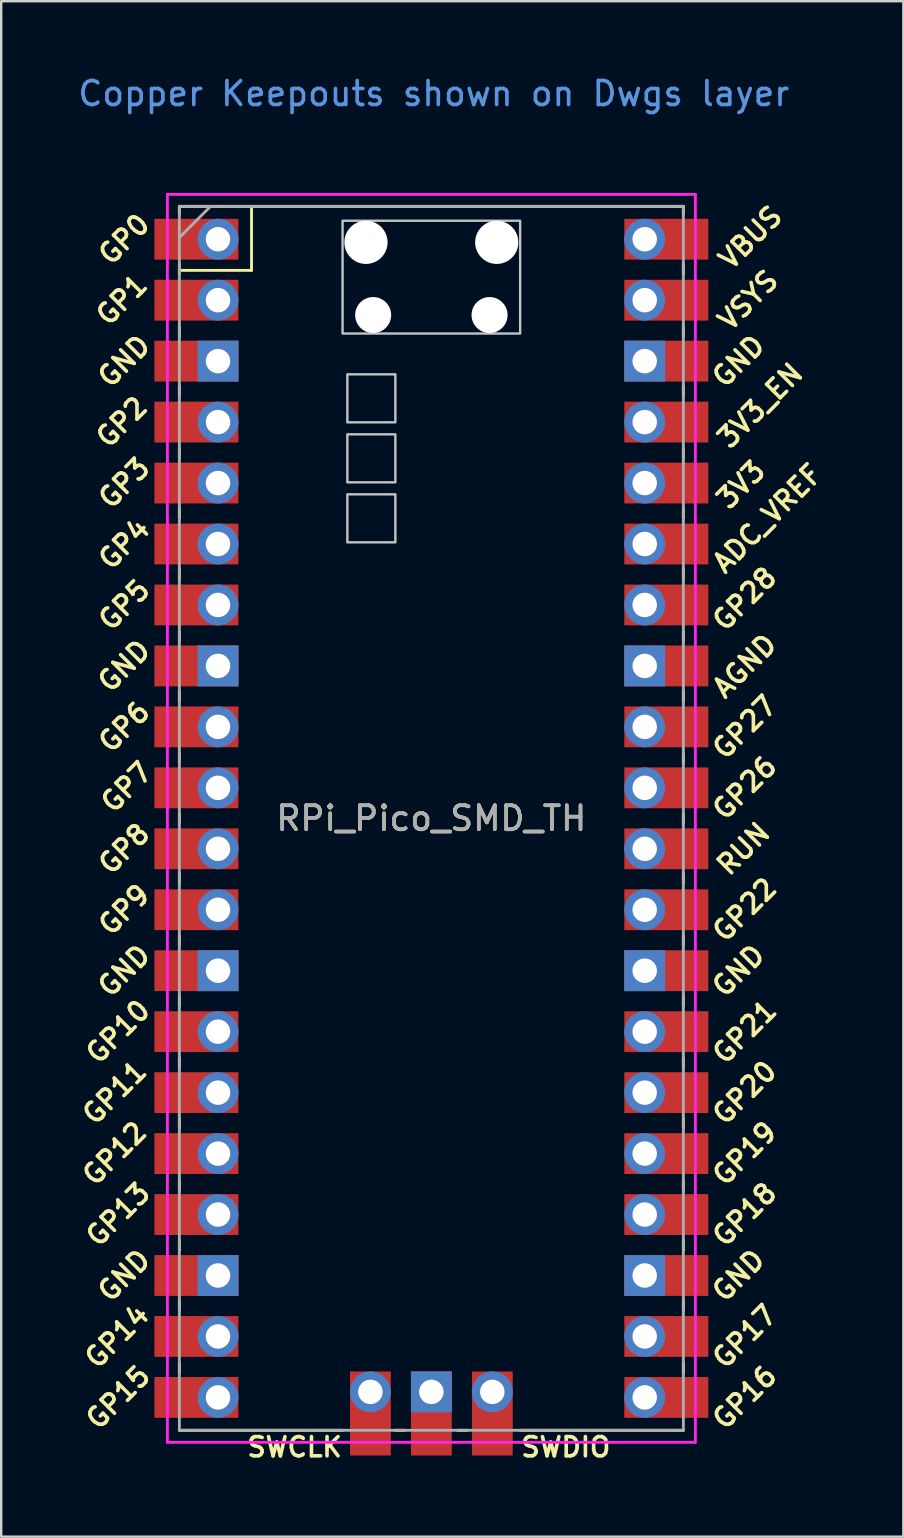
<source format=kicad_pcb>
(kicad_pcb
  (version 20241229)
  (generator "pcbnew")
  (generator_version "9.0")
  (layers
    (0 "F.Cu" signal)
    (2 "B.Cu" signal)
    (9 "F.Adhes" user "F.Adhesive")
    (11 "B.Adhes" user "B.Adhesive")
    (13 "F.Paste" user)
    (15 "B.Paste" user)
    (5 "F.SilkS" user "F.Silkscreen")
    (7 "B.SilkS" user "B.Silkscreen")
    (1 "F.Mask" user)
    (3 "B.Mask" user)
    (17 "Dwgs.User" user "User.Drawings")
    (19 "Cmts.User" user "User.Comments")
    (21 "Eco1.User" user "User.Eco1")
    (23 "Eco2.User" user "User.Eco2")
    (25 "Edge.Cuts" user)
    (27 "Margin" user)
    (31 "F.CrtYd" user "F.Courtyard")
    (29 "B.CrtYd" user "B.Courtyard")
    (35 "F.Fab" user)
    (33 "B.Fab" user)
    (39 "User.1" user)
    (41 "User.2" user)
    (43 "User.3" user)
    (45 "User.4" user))
  (footprint "RPi_Pico_SMD_TH"
    (layer "F.Cu")
    (at 14.924 31.048)
    (property "Reference" "RPi_Pico_SMD_TH" (at 0 0 0) (layer "F.SilkS") (effects (font (size 1 1) (thickness 0.15))))
    (fp_line (start -10.5 -25.5) (end -10.5 -25.2) (stroke (width 0.12) (type solid)) (layer "F.SilkS"))
    (fp_line (start -10.5 -25.5) (end 10.5 -25.5) (stroke (width 0.12) (type solid)) (layer "F.SilkS"))
    (fp_line (start -10.5 -23.1) (end -10.5 -22.7) (stroke (width 0.12) (type solid)) (layer "F.SilkS"))
    (fp_line (start -10.5 -22.833) (end -7.493 -22.833) (stroke (width 0.12) (type solid)) (layer "F.SilkS"))
    (fp_line (start -10.5 -20.5) (end -10.5 -20.1) (stroke (width 0.12) (type solid)) (layer "F.SilkS"))
    (fp_line (start -10.5 -18) (end -10.5 -17.6) (stroke (width 0.12) (type solid)) (layer "F.SilkS"))
    (fp_line (start -10.5 -15.4) (end -10.5 -15) (stroke (width 0.12) (type solid)) (layer "F.SilkS"))
    (fp_line (start -10.5 -12.9) (end -10.5 -12.5) (stroke (width 0.12) (type solid)) (layer "F.SilkS"))
    (fp_line (start -10.5 -10.4) (end -10.5 -10) (stroke (width 0.12) (type solid)) (layer "F.SilkS"))
    (fp_line (start -10.5 -7.8) (end -10.5 -7.4) (stroke (width 0.12) (type solid)) (layer "F.SilkS"))
    (fp_line (start -10.5 -5.3) (end -10.5 -4.9) (stroke (width 0.12) (type solid)) (layer "F.SilkS"))
    (fp_line (start -10.5 -2.7) (end -10.5 -2.3) (stroke (width 0.12) (type solid)) (layer "F.SilkS"))
    (fp_line (start -10.5 -0.2) (end -10.5 0.2) (stroke (width 0.12) (type solid)) (layer "F.SilkS"))
    (fp_line (start -10.5 2.3) (end -10.5 2.7) (stroke (width 0.12) (type solid)) (layer "F.SilkS"))
    (fp_line (start -10.5 4.9) (end -10.5 5.3) (stroke (width 0.12) (type solid)) (layer "F.SilkS"))
    (fp_line (start -10.5 7.4) (end -10.5 7.8) (stroke (width 0.12) (type solid)) (layer "F.SilkS"))
    (fp_line (start -10.5 10) (end -10.5 10.4) (stroke (width 0.12) (type solid)) (layer "F.SilkS"))
    (fp_line (start -10.5 12.5) (end -10.5 12.9) (stroke (width 0.12) (type solid)) (layer "F.SilkS"))
    (fp_line (start -10.5 15.1) (end -10.5 15.5) (stroke (width 0.12) (type solid)) (layer "F.SilkS"))
    (fp_line (start -10.5 17.6) (end -10.5 18) (stroke (width 0.12) (type solid)) (layer "F.SilkS"))
    (fp_line (start -10.5 20.1) (end -10.5 20.5) (stroke (width 0.12) (type solid)) (layer "F.SilkS"))
    (fp_line (start -10.5 22.7) (end -10.5 23.1) (stroke (width 0.12) (type solid)) (layer "F.SilkS"))
    (fp_line (start -7.493 -22.833) (end -7.493 -25.5) (stroke (width 0.12) (type solid)) (layer "F.SilkS"))
    (fp_line (start -3.7 25.5) (end -10.5 25.5) (stroke (width 0.12) (type solid)) (layer "F.SilkS"))
    (fp_line (start -1.5 25.5) (end -1.1 25.5) (stroke (width 0.12) (type solid)) (layer "F.SilkS"))
    (fp_line (start 1.1 25.5) (end 1.5 25.5) (stroke (width 0.12) (type solid)) (layer "F.SilkS"))
    (fp_line (start 10.5 -25.5) (end 10.5 -25.2) (stroke (width 0.12) (type solid)) (layer "F.SilkS"))
    (fp_line (start 10.5 -23.1) (end 10.5 -22.7) (stroke (width 0.12) (type solid)) (layer "F.SilkS"))
    (fp_line (start 10.5 -20.5) (end 10.5 -20.1) (stroke (width 0.12) (type solid)) (layer "F.SilkS"))
    (fp_line (start 10.5 -18) (end 10.5 -17.6) (stroke (width 0.12) (type solid)) (layer "F.SilkS"))
    (fp_line (start 10.5 -15.4) (end 10.5 -15) (stroke (width 0.12) (type solid)) (layer "F.SilkS"))
    (fp_line (start 10.5 -12.9) (end 10.5 -12.5) (stroke (width 0.12) (type solid)) (layer "F.SilkS"))
    (fp_line (start 10.5 -10.4) (end 10.5 -10) (stroke (width 0.12) (type solid)) (layer "F.SilkS"))
    (fp_line (start 10.5 -7.8) (end 10.5 -7.4) (stroke (width 0.12) (type solid)) (layer "F.SilkS"))
    (fp_line (start 10.5 -5.3) (end 10.5 -4.9) (stroke (width 0.12) (type solid)) (layer "F.SilkS"))
    (fp_line (start 10.5 -2.7) (end 10.5 -2.3) (stroke (width 0.12) (type solid)) (layer "F.SilkS"))
    (fp_line (start 10.5 -0.2) (end 10.5 0.2) (stroke (width 0.12) (type solid)) (layer "F.SilkS"))
    (fp_line (start 10.5 2.3) (end 10.5 2.7) (stroke (width 0.12) (type solid)) (layer "F.SilkS"))
    (fp_line (start 10.5 4.9) (end 10.5 5.3) (stroke (width 0.12) (type solid)) (layer "F.SilkS"))
    (fp_line (start 10.5 7.4) (end 10.5 7.8) (stroke (width 0.12) (type solid)) (layer "F.SilkS"))
    (fp_line (start 10.5 10) (end 10.5 10.4) (stroke (width 0.12) (type solid)) (layer "F.SilkS"))
    (fp_line (start 10.5 12.5) (end 10.5 12.9) (stroke (width 0.12) (type solid)) (layer "F.SilkS"))
    (fp_line (start 10.5 15.1) (end 10.5 15.5) (stroke (width 0.12) (type solid)) (layer "F.SilkS"))
    (fp_line (start 10.5 17.6) (end 10.5 18) (stroke (width 0.12) (type solid)) (layer "F.SilkS"))
    (fp_line (start 10.5 20.1) (end 10.5 20.5) (stroke (width 0.12) (type solid)) (layer "F.SilkS"))
    (fp_line (start 10.5 22.7) (end 10.5 23.1) (stroke (width 0.12) (type solid)) (layer "F.SilkS"))
    (fp_line (start 10.5 25.5) (end 3.7 25.5) (stroke (width 0.12) (type solid)) (layer "F.SilkS"))
    (fp_poly (pts (xy -1.5 -16.5) (xy -3.5 -16.5) (xy -3.5 -18.5) (xy -1.5 -18.5)) (stroke (width 0.1) (type solid)) (fill no) (layer "Dwgs.User"))
    (fp_poly (pts (xy -1.5 -14) (xy -3.5 -14) (xy -3.5 -16) (xy -1.5 -16)) (stroke (width 0.1) (type solid)) (fill no) (layer "Dwgs.User"))
    (fp_poly (pts (xy -1.5 -11.5) (xy -3.5 -11.5) (xy -3.5 -13.5) (xy -1.5 -13.5)) (stroke (width 0.1) (type solid)) (fill no) (layer "Dwgs.User"))
    (fp_poly (pts (xy 3.7 -20.2) (xy -3.7 -20.2) (xy -3.7 -24.9) (xy 3.7 -24.9)) (stroke (width 0.1) (type solid)) (fill no) (layer "Dwgs.User"))
    (fp_line (start -11 -26) (end 11 -26) (stroke (width 0.12) (type solid)) (layer "F.CrtYd"))
    (fp_line (start -11 26) (end -11 -26) (stroke (width 0.12) (type solid)) (layer "F.CrtYd"))
    (fp_line (start 11 -26) (end 11 26) (stroke (width 0.12) (type solid)) (layer "F.CrtYd"))
    (fp_line (start 11 26) (end -11 26) (stroke (width 0.12) (type solid)) (layer "F.CrtYd"))
    (fp_line (start -10.5 -25.5) (end 10.5 -25.5) (stroke (width 0.12) (type solid)) (layer "F.Fab"))
    (fp_line (start -10.5 -24.2) (end -9.2 -25.5) (stroke (width 0.12) (type solid)) (layer "F.Fab"))
    (fp_line (start -10.5 25.5) (end -10.5 -25.5) (stroke (width 0.12) (type solid)) (layer "F.Fab"))
    (fp_line (start 10.5 -25.5) (end 10.5 25.5) (stroke (width 0.12) (type solid)) (layer "F.Fab"))
    (fp_line (start 10.5 25.5) (end -10.5 25.5) (stroke (width 0.12) (type solid)) (layer "F.Fab"))
    (fp_text user "GND" (at 12.8 -19.05 45) (layer "F.SilkS") (effects (font (size 0.8 0.8) (thickness 0.15))))
    (fp_text user "3V3_EN" (at 13.7 -17.2 45) (layer "F.SilkS") (effects (font (size 0.8 0.8) (thickness 0.15))))
    (fp_text user "GND" (at 12.8 6.35 45) (layer "F.SilkS") (effects (font (size 0.8 0.8) (thickness 0.15))))
    (fp_text user "SWDIO" (at 5.6 26.2 0) (layer "F.SilkS") (effects (font (size 0.8 0.8) (thickness 0.15))))
    (fp_text user "GP9" (at -12.8 3.81 45) (layer "F.SilkS") (effects (font (size 0.8 0.8) (thickness 0.15))))
    (fp_text user "GP27" (at 13.054 -3.8 45) (layer "F.SilkS") (effects (font (size 0.8 0.8) (thickness 0.15))))
    (fp_text user "GP8" (at -12.8 1.27 45) (layer "F.SilkS") (effects (font (size 0.8 0.8) (thickness 0.15))))
    (fp_text user "ADC_VREF" (at 14 -12.5 45) (layer "F.SilkS") (effects (font (size 0.8 0.8) (thickness 0.15))))
    (fp_text user "SWCLK" (at -5.7 26.2 0) (layer "F.SilkS") (effects (font (size 0.8 0.8) (thickness 0.15))))
    (fp_text user "GP19" (at 13.054 13.97 45) (layer "F.SilkS") (effects (font (size 0.8 0.8) (thickness 0.15))))
    (fp_text user "GP13" (at -13.054 16.51 45) (layer "F.SilkS") (effects (font (size 0.8 0.8) (thickness 0.15))))
    (fp_text user "GP10" (at -13.054 8.89 45) (layer "F.SilkS") (effects (font (size 0.8 0.8) (thickness 0.15))))
    (fp_text user "GP20" (at 13.054 11.43 45) (layer "F.SilkS") (effects (font (size 0.8 0.8) (thickness 0.15))))
    (fp_text user "AGND" (at 13.054 -6.35 45) (layer "F.SilkS") (effects (font (size 0.8 0.8) (thickness 0.15))))
    (fp_text user "GP0" (at -12.8 -24.13 45) (layer "F.SilkS") (effects (font (size 0.8 0.8) (thickness 0.15))))
    (fp_text user "GP16" (at 13.054 24.13 45) (layer "F.SilkS") (effects (font (size 0.8 0.8) (thickness 0.15))))
    (fp_text user "GP11" (at -13.2 11.43 45) (layer "F.SilkS") (effects (font (size 0.8 0.8) (thickness 0.15))))
    (fp_text user "GP12" (at -13.2 13.97 45) (layer "F.SilkS") (effects (font (size 0.8 0.8) (thickness 0.15))))
    (fp_text user "GP22" (at 13.054 3.81 45) (layer "F.SilkS") (effects (font (size 0.8 0.8) (thickness 0.15))))
    (fp_text user "RUN" (at 13 1.27 45) (layer "F.SilkS") (effects (font (size 0.8 0.8) (thickness 0.15))))
    (fp_text user "3V3" (at 12.9 -13.9 45) (layer "F.SilkS") (effects (font (size 0.8 0.8) (thickness 0.15))))
    (fp_text user "GND" (at -12.8 -6.35 45) (layer "F.SilkS") (effects (font (size 0.8 0.8) (thickness 0.15))))
    (fp_text user "GND" (at -12.8 19.05 45) (layer "F.SilkS") (effects (font (size 0.8 0.8) (thickness 0.15))))
    (fp_text user "GP17" (at 13.054 21.59 45) (layer "F.SilkS") (effects (font (size 0.8 0.8) (thickness 0.15))))
    (fp_text user "GP7" (at -12.7 -1.3 45) (layer "F.SilkS") (effects (font (size 0.8 0.8) (thickness 0.15))))
    (fp_text user "GP15" (at -13.054 24.13 45) (layer "F.SilkS") (effects (font (size 0.8 0.8) (thickness 0.15))))
    (fp_text user "GP5" (at -12.8 -8.89 45) (layer "F.SilkS") (effects (font (size 0.8 0.8) (thickness 0.15))))
    (fp_text user "GND" (at 12.8 19.05 45) (layer "F.SilkS") (effects (font (size 0.8 0.8) (thickness 0.15))))
    (fp_text user "GP21" (at 13.054 8.9 45) (layer "F.SilkS") (effects (font (size 0.8 0.8) (thickness 0.15))))
    (fp_text user "GP28" (at 13.054 -9.144 45) (layer "F.SilkS") (effects (font (size 0.8 0.8) (thickness 0.15))))
    (fp_text user "GP18" (at 13.054 16.51 45) (layer "F.SilkS") (effects (font (size 0.8 0.8) (thickness 0.15))))
    (fp_text user "GP4" (at -12.8 -11.43 45) (layer "F.SilkS") (effects (font (size 0.8 0.8) (thickness 0.15))))
    (fp_text user "VSYS" (at 13.2 -21.59 45) (layer "F.SilkS") (effects (font (size 0.8 0.8) (thickness 0.15))))
    (fp_text user "GND" (at -12.8 -19.05 45) (layer "F.SilkS") (effects (font (size 0.8 0.8) (thickness 0.15))))
    (fp_text user "GP3" (at -12.8 -13.97 45) (layer "F.SilkS") (effects (font (size 0.8 0.8) (thickness 0.15))))
    (fp_text user "GP2" (at -12.9 -16.51 45) (layer "F.SilkS") (effects (font (size 0.8 0.8) (thickness 0.15))))
    (fp_text user "GP6" (at -12.8 -3.81 45) (layer "F.SilkS") (effects (font (size 0.8 0.8) (thickness 0.15))))
    (fp_text user "GND" (at -12.8 6.35 45) (layer "F.SilkS") (effects (font (size 0.8 0.8) (thickness 0.15))))
    (fp_text user "GP14" (at -13.1 21.59 45) (layer "F.SilkS") (effects (font (size 0.8 0.8) (thickness 0.15))))
    (fp_text user "GP1" (at -12.9 -21.6 45) (layer "F.SilkS") (effects (font (size 0.8 0.8) (thickness 0.15))))
    (fp_text user "VBUS" (at 13.3 -24.2 45) (layer "F.SilkS") (effects (font (size 0.8 0.8) (thickness 0.15))))
    (fp_text user "GP26" (at 13.054 -1.27 45) (layer "F.SilkS") (effects (font (size 0.8 0.8) (thickness 0.15))))
    (fp_text user "Copper Keepouts shown on Dwgs layer" (at 0.1 -30.2 0) (layer "Cmts.User") (effects (font (size 1 1) (thickness 0.15))))
    (fp_text user "${REFERENCE}" (at 0 0 180) (layer "F.Fab") (effects (font (size 1 1) (thickness 0.15))))
    (pad "" np_thru_hole oval (at -2.725 -24) (size 1.8 1.8) (drill 1.8) (layers "*.Cu" "*.Mask"))
    (pad "" np_thru_hole oval (at -2.425 -20.97) (size 1.5 1.5) (drill 1.5) (layers "*.Cu" "*.Mask"))
    (pad "" np_thru_hole oval (at 2.425 -20.97) (size 1.5 1.5) (drill 1.5) (layers "*.Cu" "*.Mask"))
    (pad "" np_thru_hole oval (at 2.725 -24) (size 1.8 1.8) (drill 1.8) (layers "*.Cu" "*.Mask"))
    (pad "1" thru_hole oval (at -8.89 -24.13) (size 1.7 1.7) (drill 1.02) (layers "*.Cu" "*.Mask"))
    (pad "1" smd rect (at -8.89 -24.13) (size 3.5 1.7) (drill (offset -0.9 0)) (layers "F.Cu" "F.Mask"))
    (pad "2" thru_hole oval (at -8.89 -21.59) (size 1.7 1.7) (drill 1.02) (layers "*.Cu" "*.Mask"))
    (pad "2" smd rect (at -8.89 -21.59) (size 3.5 1.7) (drill (offset -0.9 0)) (layers "F.Cu" "F.Mask"))
    (pad "3" thru_hole rect (at -8.89 -19.05) (size 1.7 1.7) (drill 1.02) (layers "*.Cu" "*.Mask"))
    (pad "3" smd rect (at -8.89 -19.05) (size 3.5 1.7) (drill (offset -0.9 0)) (layers "F.Cu" "F.Mask"))
    (pad "4" thru_hole oval (at -8.89 -16.51) (size 1.7 1.7) (drill 1.02) (layers "*.Cu" "*.Mask"))
    (pad "4" smd rect (at -8.89 -16.51) (size 3.5 1.7) (drill (offset -0.9 0)) (layers "F.Cu" "F.Mask"))
    (pad "5" thru_hole oval (at -8.89 -13.97) (size 1.7 1.7) (drill 1.02) (layers "*.Cu" "*.Mask"))
    (pad "5" smd rect (at -8.89 -13.97) (size 3.5 1.7) (drill (offset -0.9 0)) (layers "F.Cu" "F.Mask"))
    (pad "6" thru_hole oval (at -8.89 -11.43) (size 1.7 1.7) (drill 1.02) (layers "*.Cu" "*.Mask"))
    (pad "6" smd rect (at -8.89 -11.43) (size 3.5 1.7) (drill (offset -0.9 0)) (layers "F.Cu" "F.Mask"))
    (pad "7" thru_hole oval (at -8.89 -8.89) (size 1.7 1.7) (drill 1.02) (layers "*.Cu" "*.Mask"))
    (pad "7" smd rect (at -8.89 -8.89) (size 3.5 1.7) (drill (offset -0.9 0)) (layers "F.Cu" "F.Mask"))
    (pad "8" thru_hole rect (at -8.89 -6.35) (size 1.7 1.7) (drill 1.02) (layers "*.Cu" "*.Mask"))
    (pad "8" smd rect (at -8.89 -6.35) (size 3.5 1.7) (drill (offset -0.9 0)) (layers "F.Cu" "F.Mask"))
    (pad "9" thru_hole oval (at -8.89 -3.81) (size 1.7 1.7) (drill 1.02) (layers "*.Cu" "*.Mask"))
    (pad "9" smd rect (at -8.89 -3.81) (size 3.5 1.7) (drill (offset -0.9 0)) (layers "F.Cu" "F.Mask"))
    (pad "10" thru_hole oval (at -8.89 -1.27) (size 1.7 1.7) (drill 1.02) (layers "*.Cu" "*.Mask"))
    (pad "10" smd rect (at -8.89 -1.27) (size 3.5 1.7) (drill (offset -0.9 0)) (layers "F.Cu" "F.Mask"))
    (pad "11" thru_hole oval (at -8.89 1.27) (size 1.7 1.7) (drill 1.02) (layers "*.Cu" "*.Mask"))
    (pad "11" smd rect (at -8.89 1.27) (size 3.5 1.7) (drill (offset -0.9 0)) (layers "F.Cu" "F.Mask"))
    (pad "12" thru_hole oval (at -8.89 3.81) (size 1.7 1.7) (drill 1.02) (layers "*.Cu" "*.Mask"))
    (pad "12" smd rect (at -8.89 3.81) (size 3.5 1.7) (drill (offset -0.9 0)) (layers "F.Cu" "F.Mask"))
    (pad "13" thru_hole rect (at -8.89 6.35) (size 1.7 1.7) (drill 1.02) (layers "*.Cu" "*.Mask"))
    (pad "13" smd rect (at -8.89 6.35) (size 3.5 1.7) (drill (offset -0.9 0)) (layers "F.Cu" "F.Mask"))
    (pad "14" thru_hole oval (at -8.89 8.89) (size 1.7 1.7) (drill 1.02) (layers "*.Cu" "*.Mask"))
    (pad "14" smd rect (at -8.89 8.89) (size 3.5 1.7) (drill (offset -0.9 0)) (layers "F.Cu" "F.Mask"))
    (pad "15" thru_hole oval (at -8.89 11.43) (size 1.7 1.7) (drill 1.02) (layers "*.Cu" "*.Mask"))
    (pad "15" smd rect (at -8.89 11.43) (size 3.5 1.7) (drill (offset -0.9 0)) (layers "F.Cu" "F.Mask"))
    (pad "16" thru_hole oval (at -8.89 13.97) (size 1.7 1.7) (drill 1.02) (layers "*.Cu" "*.Mask"))
    (pad "16" smd rect (at -8.89 13.97) (size 3.5 1.7) (drill (offset -0.9 0)) (layers "F.Cu" "F.Mask"))
    (pad "17" thru_hole oval (at -8.89 16.51) (size 1.7 1.7) (drill 1.02) (layers "*.Cu" "*.Mask"))
    (pad "17" smd rect (at -8.89 16.51) (size 3.5 1.7) (drill (offset -0.9 0)) (layers "F.Cu" "F.Mask"))
    (pad "18" thru_hole rect (at -8.89 19.05) (size 1.7 1.7) (drill 1.02) (layers "*.Cu" "*.Mask"))
    (pad "18" smd rect (at -8.89 19.05) (size 3.5 1.7) (drill (offset -0.9 0)) (layers "F.Cu" "F.Mask"))
    (pad "19" thru_hole oval (at -8.89 21.59) (size 1.7 1.7) (drill 1.02) (layers "*.Cu" "*.Mask"))
    (pad "19" smd rect (at -8.89 21.59) (size 3.5 1.7) (drill (offset -0.9 0)) (layers "F.Cu" "F.Mask"))
    (pad "20" thru_hole oval (at -8.89 24.13) (size 1.7 1.7) (drill 1.02) (layers "*.Cu" "*.Mask"))
    (pad "20" smd rect (at -8.89 24.13) (size 3.5 1.7) (drill (offset -0.9 0)) (layers "F.Cu" "F.Mask"))
    (pad "21" thru_hole oval (at 8.89 24.13) (size 1.7 1.7) (drill 1.02) (layers "*.Cu" "*.Mask"))
    (pad "21" smd rect (at 8.89 24.13) (size 3.5 1.7) (drill (offset 0.9 0)) (layers "F.Cu" "F.Mask"))
    (pad "22" thru_hole oval (at 8.89 21.59) (size 1.7 1.7) (drill 1.02) (layers "*.Cu" "*.Mask"))
    (pad "22" smd rect (at 8.89 21.59) (size 3.5 1.7) (drill (offset 0.9 0)) (layers "F.Cu" "F.Mask"))
    (pad "23" thru_hole rect (at 8.89 19.05) (size 1.7 1.7) (drill 1.02) (layers "*.Cu" "*.Mask"))
    (pad "23" smd rect (at 8.89 19.05) (size 3.5 1.7) (drill (offset 0.9 0)) (layers "F.Cu" "F.Mask"))
    (pad "24" thru_hole oval (at 8.89 16.51) (size 1.7 1.7) (drill 1.02) (layers "*.Cu" "*.Mask"))
    (pad "24" smd rect (at 8.89 16.51) (size 3.5 1.7) (drill (offset 0.9 0)) (layers "F.Cu" "F.Mask"))
    (pad "25" thru_hole oval (at 8.89 13.97) (size 1.7 1.7) (drill 1.02) (layers "*.Cu" "*.Mask"))
    (pad "25" smd rect (at 8.89 13.97) (size 3.5 1.7) (drill (offset 0.9 0)) (layers "F.Cu" "F.Mask"))
    (pad "26" thru_hole oval (at 8.89 11.43) (size 1.7 1.7) (drill 1.02) (layers "*.Cu" "*.Mask"))
    (pad "26" smd rect (at 8.89 11.43) (size 3.5 1.7) (drill (offset 0.9 0)) (layers "F.Cu" "F.Mask"))
    (pad "27" thru_hole oval (at 8.89 8.89) (size 1.7 1.7) (drill 1.02) (layers "*.Cu" "*.Mask"))
    (pad "27" smd rect (at 8.89 8.89) (size 3.5 1.7) (drill (offset 0.9 0)) (layers "F.Cu" "F.Mask"))
    (pad "28" thru_hole rect (at 8.89 6.35) (size 1.7 1.7) (drill 1.02) (layers "*.Cu" "*.Mask"))
    (pad "28" smd rect (at 8.89 6.35) (size 3.5 1.7) (drill (offset 0.9 0)) (layers "F.Cu" "F.Mask"))
    (pad "29" thru_hole oval (at 8.89 3.81) (size 1.7 1.7) (drill 1.02) (layers "*.Cu" "*.Mask"))
    (pad "29" smd rect (at 8.89 3.81) (size 3.5 1.7) (drill (offset 0.9 0)) (layers "F.Cu" "F.Mask"))
    (pad "30" thru_hole oval (at 8.89 1.27) (size 1.7 1.7) (drill 1.02) (layers "*.Cu" "*.Mask"))
    (pad "30" smd rect (at 8.89 1.27) (size 3.5 1.7) (drill (offset 0.9 0)) (layers "F.Cu" "F.Mask"))
    (pad "31" thru_hole oval (at 8.89 -1.27) (size 1.7 1.7) (drill 1.02) (layers "*.Cu" "*.Mask"))
    (pad "31" smd rect (at 8.89 -1.27) (size 3.5 1.7) (drill (offset 0.9 0)) (layers "F.Cu" "F.Mask"))
    (pad "32" thru_hole oval (at 8.89 -3.81) (size 1.7 1.7) (drill 1.02) (layers "*.Cu" "*.Mask"))
    (pad "32" smd rect (at 8.89 -3.81) (size 3.5 1.7) (drill (offset 0.9 0)) (layers "F.Cu" "F.Mask"))
    (pad "33" thru_hole rect (at 8.89 -6.35) (size 1.7 1.7) (drill 1.02) (layers "*.Cu" "*.Mask"))
    (pad "33" smd rect (at 8.89 -6.35) (size 3.5 1.7) (drill (offset 0.9 0)) (layers "F.Cu" "F.Mask"))
    (pad "34" thru_hole oval (at 8.89 -8.89) (size 1.7 1.7) (drill 1.02) (layers "*.Cu" "*.Mask"))
    (pad "34" smd rect (at 8.89 -8.89) (size 3.5 1.7) (drill (offset 0.9 0)) (layers "F.Cu" "F.Mask"))
    (pad "35" thru_hole oval (at 8.89 -11.43) (size 1.7 1.7) (drill 1.02) (layers "*.Cu" "*.Mask"))
    (pad "35" smd rect (at 8.89 -11.43) (size 3.5 1.7) (drill (offset 0.9 0)) (layers "F.Cu" "F.Mask"))
    (pad "36" thru_hole oval (at 8.89 -13.97) (size 1.7 1.7) (drill 1.02) (layers "*.Cu" "*.Mask"))
    (pad "36" smd rect (at 8.89 -13.97) (size 3.5 1.7) (drill (offset 0.9 0)) (layers "F.Cu" "F.Mask"))
    (pad "37" thru_hole oval (at 8.89 -16.51) (size 1.7 1.7) (drill 1.02) (layers "*.Cu" "*.Mask"))
    (pad "37" smd rect (at 8.89 -16.51) (size 3.5 1.7) (drill (offset 0.9 0)) (layers "F.Cu" "F.Mask"))
    (pad "38" thru_hole rect (at 8.89 -19.05) (size 1.7 1.7) (drill 1.02) (layers "*.Cu" "*.Mask"))
    (pad "38" smd rect (at 8.89 -19.05) (size 3.5 1.7) (drill (offset 0.9 0)) (layers "F.Cu" "F.Mask"))
    (pad "39" thru_hole oval (at 8.89 -21.59) (size 1.7 1.7) (drill 1.02) (layers "*.Cu" "*.Mask"))
    (pad "39" smd rect (at 8.89 -21.59) (size 3.5 1.7) (drill (offset 0.9 0)) (layers "F.Cu" "F.Mask"))
    (pad "40" thru_hole oval (at 8.89 -24.13) (size 1.7 1.7) (drill 1.02) (layers "*.Cu" "*.Mask"))
    (pad "40" smd rect (at 8.89 -24.13) (size 3.5 1.7) (drill (offset 0.9 0)) (layers "F.Cu" "F.Mask"))
    (pad "41" thru_hole oval (at -2.54 23.9) (size 1.7 1.7) (drill 1.02) (layers "*.Cu" "*.Mask"))
    (pad "41" smd rect (at -2.54 23.9 90) (size 3.5 1.7) (drill (offset -0.9 0)) (layers "F.Cu" "F.Mask"))
    (pad "42" thru_hole rect (at 0 23.9) (size 1.7 1.7) (drill 1.02) (layers "*.Cu" "*.Mask"))
    (pad "42" smd rect (at 0 23.9 90) (size 3.5 1.7) (drill (offset -0.9 0)) (layers "F.Cu" "F.Mask"))
    (pad "43" thru_hole oval (at 2.54 23.9) (size 1.7 1.7) (drill 1.02) (layers "*.Cu" "*.Mask"))
    (pad "43" smd rect (at 2.54 23.9 90) (size 3.5 1.7) (drill (offset -0.9 0)) (layers "F.Cu" "F.Mask")))
  (gr_rect
    (start -3 -3)
    (end 34.591 60.98)
    (stroke (width 0.1) (type default))
    (fill no)
    (layer "Edge.Cuts")))
</source>
